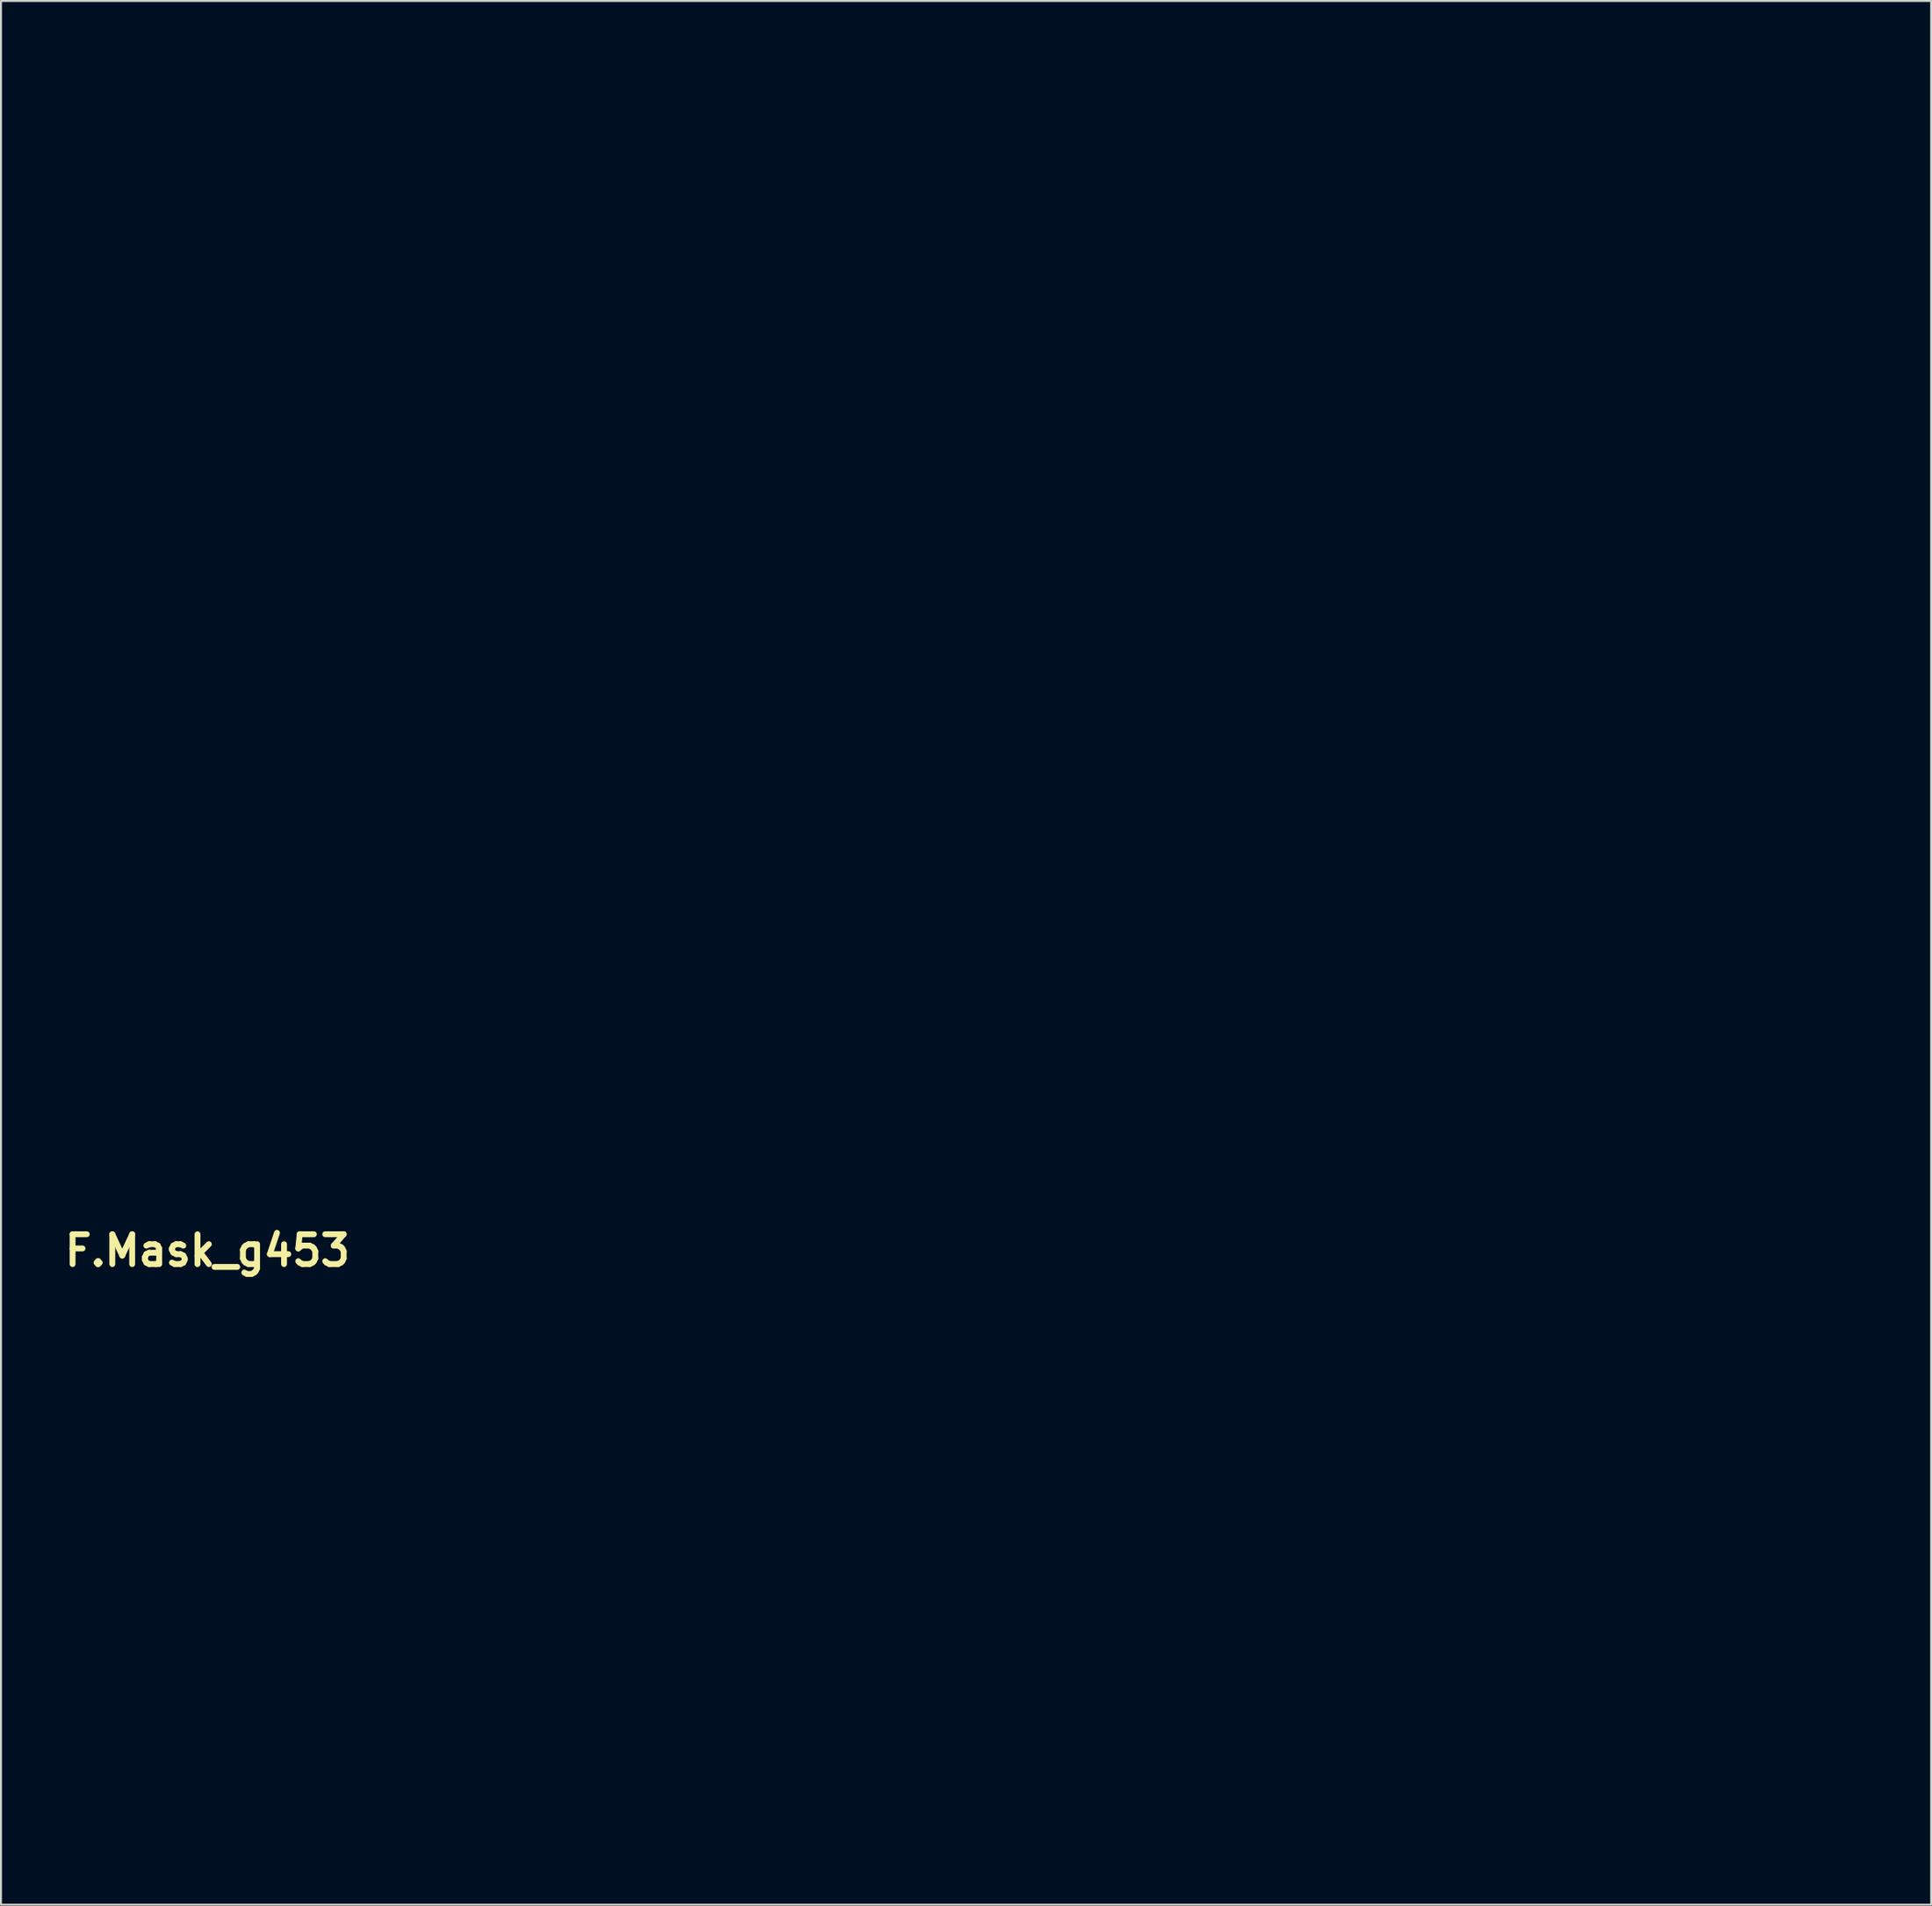
<source format=kicad_pcb>
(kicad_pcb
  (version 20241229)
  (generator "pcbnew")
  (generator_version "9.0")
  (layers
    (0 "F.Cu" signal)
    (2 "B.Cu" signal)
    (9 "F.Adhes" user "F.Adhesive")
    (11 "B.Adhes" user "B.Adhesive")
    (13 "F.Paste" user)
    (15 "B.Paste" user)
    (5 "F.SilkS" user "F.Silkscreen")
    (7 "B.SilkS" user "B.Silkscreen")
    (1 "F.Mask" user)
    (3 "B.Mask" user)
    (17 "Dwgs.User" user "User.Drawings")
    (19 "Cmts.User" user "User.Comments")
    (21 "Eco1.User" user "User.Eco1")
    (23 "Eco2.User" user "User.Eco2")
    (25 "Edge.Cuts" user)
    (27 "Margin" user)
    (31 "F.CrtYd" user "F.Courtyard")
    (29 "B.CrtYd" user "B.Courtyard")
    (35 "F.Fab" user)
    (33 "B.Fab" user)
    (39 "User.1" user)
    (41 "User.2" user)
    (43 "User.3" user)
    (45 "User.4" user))
  (footprint "F.Mask_g453"
    (layer "F.Cu")
    (at 7.555 60.888)
    (property "Reference" "F.Mask_g453" (at 0 0 0) (layer "F.SilkS") (effects (font (size 1.524 1.524) (thickness 0.3))))
    (attr through_hole)
    (fp_poly (pts (xy 70.93 -40.566) (xy 70.919 -40.555) (xy 70.908 -40.566) (xy 70.919 -40.577) (xy 70.93 -40.566)) (stroke (width 0.01) (type solid)) (fill yes) (layer "F.Mask"))
    (fp_poly (pts (xy 42.873 1.213) (xy 43.188 1.252) (xy 43.48 1.325) (xy 43.775 1.439) (xy 44.054 1.59) (xy 44.314 1.773) (xy 44.55 1.985) (xy 44.759 2.222) (xy 44.938 2.482) (xy 45.084 2.76) (xy 45.192 3.053) (xy 45.198 3.072) (xy 45.254 3.321) (xy 45.287 3.59) (xy 45.297 3.864) (xy 45.283 4.129) (xy 45.264 4.268) (xy 45.189 4.584) (xy 45.074 4.888) (xy 44.923 5.176) (xy 44.738 5.443) (xy 44.521 5.687) (xy 44.275 5.902) (xy 44.249 5.922) (xy 44.14 5.996) (xy 44.005 6.075) (xy 43.856 6.153) (xy 43.705 6.225) (xy 43.563 6.285) (xy 43.443 6.326) (xy 43.434 6.329) (xy 43.15 6.391) (xy 42.856 6.425) (xy 42.565 6.43) (xy 42.338 6.412) (xy 42.023 6.35) (xy 41.721 6.25) (xy 41.435 6.114) (xy 41.167 5.944) (xy 40.922 5.743) (xy 40.702 5.515) (xy 40.51 5.261) (xy 40.35 4.984) (xy 40.225 4.687) (xy 40.2 4.614) (xy 40.148 4.431) (xy 40.112 4.261) (xy 40.091 4.089) (xy 40.082 3.897) (xy 40.081 3.81) (xy 40.102 3.476) (xy 40.162 3.154) (xy 40.261 2.847) (xy 40.397 2.556) (xy 40.569 2.285) (xy 40.775 2.036) (xy 41.015 1.811) (xy 41.286 1.612) (xy 41.363 1.564) (xy 41.637 1.423) (xy 41.931 1.317) (xy 42.239 1.247) (xy 42.555 1.212) (xy 42.873 1.213)) (stroke (width 0.01) (type solid)) (fill yes) (layer "F.Mask"))
    (fp_poly (pts (xy 23.011 24.724) (xy 23.015 24.791) (xy 23.019 24.893) (xy 23.022 25.024) (xy 23.026 25.175) (xy 23.029 25.34) (xy 23.031 25.512) (xy 23.032 25.559) (xy 23.038 26.215) (xy 22.985 26.342) (xy 22.962 26.397) (xy 22.937 26.449) (xy 22.91 26.501) (xy 22.877 26.555) (xy 22.838 26.612) (xy 22.79 26.676) (xy 22.732 26.748) (xy 22.661 26.83) (xy 22.576 26.924) (xy 22.474 27.033) (xy 22.354 27.159) (xy 22.215 27.304) (xy 22.053 27.47) (xy 21.867 27.659) (xy 21.655 27.873) (xy 21.416 28.115) (xy 21.374 28.158) (xy 20.288 29.254) (xy 19.981 29.274) (xy 19.876 29.281) (xy 19.738 29.291) (xy 19.576 29.302) (xy 19.401 29.314) (xy 19.22 29.327) (xy 19.061 29.338) (xy 18.855 29.351) (xy 18.63 29.363) (xy 18.391 29.372) (xy 18.146 29.38) (xy 17.9 29.386) (xy 17.659 29.39) (xy 17.43 29.392) (xy 17.22 29.391) (xy 17.034 29.389) (xy 16.878 29.383) (xy 16.78 29.377) (xy 16.588 29.36) (xy 16.427 29.342) (xy 16.298 29.325) (xy 16.205 29.307) (xy 16.149 29.29) (xy 16.134 29.278) (xy 16.144 29.249) (xy 16.183 29.2) (xy 16.243 29.136) (xy 16.32 29.063) (xy 16.408 28.987) (xy 16.5 28.913) (xy 16.592 28.846) (xy 16.605 28.837) (xy 16.734 28.751) (xy 16.869 28.665) (xy 17.014 28.576) (xy 17.171 28.484) (xy 17.342 28.386) (xy 17.53 28.282) (xy 17.738 28.17) (xy 17.969 28.048) (xy 18.224 27.915) (xy 18.507 27.771) (xy 18.821 27.612) (xy 19.167 27.438) (xy 19.549 27.248) (xy 19.569 27.239) (xy 19.809 27.119) (xy 20.039 27.004) (xy 20.255 26.894) (xy 20.455 26.792) (xy 20.635 26.699) (xy 20.792 26.617) (xy 20.922 26.548) (xy 21.022 26.493) (xy 21.089 26.455) (xy 21.107 26.444) (xy 21.244 26.349) (xy 21.372 26.255) (xy 21.495 26.158) (xy 21.618 26.053) (xy 21.743 25.937) (xy 21.875 25.805) (xy 22.019 25.655) (xy 22.177 25.483) (xy 22.355 25.284) (xy 22.511 25.105) (xy 22.998 24.546) (xy 23.011 24.724)) (stroke (width 0.01) (type solid)) (fill yes) (layer "F.Mask"))
    (fp_poly (pts (xy 12.41 20.964) (xy 12.888 20.975) (xy 13.097 20.981) (xy 13.313 20.987) (xy 13.529 20.992) (xy 13.736 20.997) (xy 13.924 21.001) (xy 14.086 21.003) (xy 14.196 21.005) (xy 14.363 21.006) (xy 14.491 21.009) (xy 14.585 21.014) (xy 14.649 21.022) (xy 14.686 21.035) (xy 14.701 21.053) (xy 14.698 21.077) (xy 14.68 21.108) (xy 14.669 21.123) (xy 14.641 21.15) (xy 14.58 21.197) (xy 14.49 21.263) (xy 14.375 21.344) (xy 14.238 21.439) (xy 14.083 21.545) (xy 13.912 21.66) (xy 13.73 21.781) (xy 13.54 21.907) (xy 13.346 22.035) (xy 13.15 22.162) (xy 12.957 22.287) (xy 12.769 22.407) (xy 12.59 22.52) (xy 12.425 22.624) (xy 12.296 22.702) (xy 11.891 22.942) (xy 11.452 23.189) (xy 10.987 23.44) (xy 10.503 23.691) (xy 10.006 23.938) (xy 9.787 24.043) (xy 9.467 24.196) (xy 9.183 24.33) (xy 8.933 24.447) (xy 8.716 24.548) (xy 8.528 24.632) (xy 8.369 24.702) (xy 8.236 24.758) (xy 8.127 24.8) (xy 8.041 24.831) (xy 7.976 24.849) (xy 7.976 24.85) (xy 7.822 24.88) (xy 7.669 24.898) (xy 7.528 24.904) (xy 7.412 24.896) (xy 7.388 24.891) (xy 7.213 24.835) (xy 7.04 24.741) (xy 6.874 24.617) (xy 6.72 24.466) (xy 6.583 24.296) (xy 6.47 24.111) (xy 6.385 23.917) (xy 6.358 23.832) (xy 6.333 23.705) (xy 6.321 23.558) (xy 6.321 23.398) (xy 6.331 23.232) (xy 6.351 23.066) (xy 6.379 22.907) (xy 6.415 22.762) (xy 6.457 22.638) (xy 6.504 22.541) (xy 6.556 22.478) (xy 6.567 22.47) (xy 6.611 22.453) (xy 6.683 22.438) (xy 6.767 22.427) (xy 6.773 22.426) (xy 6.934 22.407) (xy 7.13 22.374) (xy 7.353 22.328) (xy 7.598 22.272) (xy 7.666 22.255) (xy 8.069 22.146) (xy 8.446 22.027) (xy 8.794 21.899) (xy 9.11 21.763) (xy 9.389 21.621) (xy 9.605 21.491) (xy 9.701 21.425) (xy 9.767 21.371) (xy 9.81 21.322) (xy 9.835 21.268) (xy 9.851 21.203) (xy 9.854 21.181) (xy 9.865 21.124) (xy 9.884 21.08) (xy 9.915 21.049) (xy 9.965 21.027) (xy 10.04 21.012) (xy 10.145 21.002) (xy 10.285 20.994) (xy 10.307 20.993) (xy 10.813 20.975) (xy 11.343 20.964) (xy 11.881 20.96) (xy 12.41 20.964)) (stroke (width 0.01) (type solid)) (fill yes) (layer "F.Mask"))
    (fp_poly (pts (xy 69.704 -44.791) (xy 69.824 -44.72) (xy 69.979 -44.641) (xy 70.163 -44.557) (xy 70.372 -44.47) (xy 70.598 -44.383) (xy 70.836 -44.297) (xy 71.08 -44.216) (xy 71.251 -44.164) (xy 71.567 -44.07) (xy 71.959 -44.179) (xy 72.352 -44.288) (xy 72.749 -44.178) (xy 73.145 -44.069) (xy 73.482 -44.174) (xy 73.818 -44.281) (xy 74.119 -44.386) (xy 74.384 -44.486) (xy 74.611 -44.583) (xy 74.799 -44.674) (xy 74.938 -44.754) (xy 75 -44.792) (xy 75.046 -44.819) (xy 75.067 -44.827) (xy 75.068 -44.827) (xy 75.068 -44.804) (xy 75.066 -44.749) (xy 75.06 -44.671) (xy 75.054 -44.612) (xy 75.027 -44.396) (xy 74.985 -44.175) (xy 74.932 -43.965) (xy 74.899 -43.858) (xy 74.875 -43.787) (xy 74.86 -43.734) (xy 74.855 -43.71) (xy 74.855 -43.709) (xy 74.871 -43.727) (xy 74.9 -43.774) (xy 74.936 -43.842) (xy 74.976 -43.921) (xy 75.014 -44.002) (xy 75.045 -44.075) (xy 75.059 -44.11) (xy 75.087 -44.184) (xy 75.106 -44.22) (xy 75.113 -44.218) (xy 75.11 -44.182) (xy 75.097 -44.111) (xy 75.073 -44.009) (xy 75.047 -43.909) (xy 74.943 -43.562) (xy 74.825 -43.254) (xy 74.691 -42.986) (xy 74.543 -42.756) (xy 74.381 -42.566) (xy 74.363 -42.549) (xy 74.235 -42.438) (xy 74.072 -42.316) (xy 73.877 -42.186) (xy 73.655 -42.051) (xy 73.411 -41.914) (xy 73.148 -41.776) (xy 73.004 -41.705) (xy 72.896 -41.653) (xy 72.783 -41.6) (xy 72.67 -41.547) (xy 72.564 -41.499) (xy 72.471 -41.457) (xy 72.399 -41.425) (xy 72.354 -41.407) (xy 72.341 -41.403) (xy 72.322 -41.412) (xy 72.27 -41.436) (xy 72.192 -41.473) (xy 72.094 -41.519) (xy 71.988 -41.569) (xy 71.648 -41.732) (xy 71.347 -41.886) (xy 71.081 -42.031) (xy 70.85 -42.169) (xy 70.65 -42.302) (xy 70.48 -42.431) (xy 70.337 -42.557) (xy 70.218 -42.683) (xy 70.123 -42.809) (xy 70.117 -42.818) (xy 69.986 -43.04) (xy 69.865 -43.294) (xy 69.758 -43.569) (xy 69.724 -43.677) (xy 74.824 -43.677) (xy 74.835 -43.667) (xy 74.845 -43.677) (xy 74.835 -43.688) (xy 74.824 -43.677) (xy 69.724 -43.677) (xy 69.668 -43.855) (xy 69.609 -44.098) (xy 69.595 -44.177) (xy 69.592 -44.215) (xy 69.601 -44.213) (xy 69.622 -44.17) (xy 69.654 -44.087) (xy 69.657 -44.08) (xy 69.682 -44.02) (xy 69.716 -43.946) (xy 69.755 -43.867) (xy 69.793 -43.793) (xy 69.826 -43.732) (xy 69.85 -43.695) (xy 69.857 -43.688) (xy 69.854 -43.707) (xy 69.839 -43.756) (xy 69.817 -43.829) (xy 69.803 -43.87) (xy 69.741 -44.089) (xy 69.69 -44.324) (xy 69.656 -44.552) (xy 69.646 -44.651) (xy 69.631 -44.84) (xy 69.704 -44.791)) (stroke (width 0.01) (type solid)) (fill yes) (layer "F.Mask"))
    (fp_poly (pts (xy 20.585 20.817) (xy 20.659 20.828) (xy 20.768 20.841) (xy 20.902 20.857) (xy 21.053 20.874) (xy 21.212 20.891) (xy 21.324 20.902) (xy 21.596 20.932) (xy 21.83 20.961) (xy 22.03 20.992) (xy 22.2 21.024) (xy 22.346 21.06) (xy 22.47 21.099) (xy 22.578 21.143) (xy 22.621 21.164) (xy 22.724 21.233) (xy 22.791 21.319) (xy 22.824 21.424) (xy 22.822 21.548) (xy 22.785 21.695) (xy 22.714 21.864) (xy 22.703 21.886) (xy 22.676 21.931) (xy 22.626 22.005) (xy 22.556 22.105) (xy 22.467 22.227) (xy 22.364 22.369) (xy 22.248 22.525) (xy 22.123 22.694) (xy 21.991 22.869) (xy 21.854 23.049) (xy 21.716 23.23) (xy 21.579 23.407) (xy 21.465 23.554) (xy 21.412 23.613) (xy 21.342 23.673) (xy 21.252 23.738) (xy 21.137 23.811) (xy 20.992 23.893) (xy 20.814 23.989) (xy 20.743 24.026) (xy 20.598 24.101) (xy 20.445 24.182) (xy 20.295 24.26) (xy 20.16 24.332) (xy 20.05 24.391) (xy 20.034 24.399) (xy 19.987 24.424) (xy 19.904 24.467) (xy 19.787 24.527) (xy 19.638 24.602) (xy 19.46 24.693) (xy 19.254 24.797) (xy 19.023 24.915) (xy 18.768 25.044) (xy 18.492 25.183) (xy 18.196 25.333) (xy 17.882 25.491) (xy 17.554 25.656) (xy 17.212 25.829) (xy 16.858 26.007) (xy 16.496 26.189) (xy 16.203 26.337) (xy 15.643 26.618) (xy 15.119 26.882) (xy 14.629 27.129) (xy 14.17 27.36) (xy 13.742 27.576) (xy 13.341 27.779) (xy 12.965 27.969) (xy 12.614 28.147) (xy 12.284 28.315) (xy 11.973 28.473) (xy 11.681 28.622) (xy 11.404 28.764) (xy 11.14 28.9) (xy 10.888 29.03) (xy 10.645 29.155) (xy 10.41 29.278) (xy 10.181 29.398) (xy 9.954 29.516) (xy 9.73 29.635) (xy 9.504 29.754) (xy 9.276 29.875) (xy 9.043 29.999) (xy 8.909 30.07) (xy 8.219 30.438) (xy 7.957 30.433) (xy 7.873 30.432) (xy 7.754 30.43) (xy 7.606 30.427) (xy 7.438 30.425) (xy 7.254 30.422) (xy 7.064 30.419) (xy 6.911 30.417) (xy 6.705 30.414) (xy 6.536 30.411) (xy 6.401 30.408) (xy 6.296 30.404) (xy 6.214 30.399) (xy 6.154 30.394) (xy 6.108 30.388) (xy 6.075 30.379) (xy 6.048 30.37) (xy 6.043 30.368) (xy 5.947 30.312) (xy 5.872 30.239) (xy 5.813 30.142) (xy 5.768 30.016) (xy 5.735 29.856) (xy 5.726 29.798) (xy 5.696 29.514) (xy 5.681 29.191) (xy 5.68 28.829) (xy 5.691 28.462) (xy 5.698 28.302) (xy 5.703 28.177) (xy 5.706 28.081) (xy 5.705 28.007) (xy 5.702 27.947) (xy 5.695 27.896) (xy 5.685 27.846) (xy 5.671 27.791) (xy 5.67 27.788) (xy 5.648 27.681) (xy 5.631 27.563) (xy 5.623 27.46) (xy 5.623 27.459) (xy 5.622 27.377) (xy 5.627 27.325) (xy 5.64 27.291) (xy 5.665 27.263) (xy 5.681 27.248) (xy 5.736 27.212) (xy 5.788 27.205) (xy 5.808 27.208) (xy 5.903 27.238) (xy 6.018 27.294) (xy 6.141 27.368) (xy 6.226 27.428) (xy 6.361 27.529) (xy 6.771 27.568) (xy 7.01 27.586) (xy 7.221 27.592) (xy 7.417 27.585) (xy 7.609 27.563) (xy 7.81 27.526) (xy 8.033 27.472) (xy 8.075 27.46) (xy 8.111 27.447) (xy 8.182 27.417) (xy 8.286 27.371) (xy 8.42 27.311) (xy 8.582 27.238) (xy 8.769 27.153) (xy 8.978 27.058) (xy 9.207 26.953) (xy 9.453 26.84) (xy 9.713 26.721) (xy 9.984 26.595) (xy 10.265 26.465) (xy 10.551 26.332) (xy 10.842 26.197) (xy 11.133 26.062) (xy 11.422 25.927) (xy 11.707 25.793) (xy 11.984 25.663) (xy 12.252 25.537) (xy 12.507 25.416) (xy 12.747 25.302) (xy 12.943 25.209) (xy 13.552 24.916) (xy 14.144 24.625) (xy 14.716 24.339) (xy 15.266 24.059) (xy 15.791 23.785) (xy 16.289 23.52) (xy 16.756 23.265) (xy 17.19 23.021) (xy 17.589 22.789) (xy 17.801 22.662) (xy 18.154 22.445) (xy 18.497 22.225) (xy 18.827 22.006) (xy 19.141 21.791) (xy 19.433 21.581) (xy 19.702 21.379) (xy 19.943 21.189) (xy 20.152 21.012) (xy 20.299 20.878) (xy 20.394 20.787) (xy 20.585 20.817)) (stroke (width 0.01) (type solid)) (fill yes) (layer "F.Mask"))
    (fp_poly (pts (xy 72.747 -60.876) (xy 72.96 -60.861) (xy 73.188 -60.839) (xy 73.438 -60.809) (xy 73.715 -60.772) (xy 73.978 -60.735) (xy 74.892 -60.588) (xy 75.826 -60.405) (xy 76.775 -60.19) (xy 77.736 -59.942) (xy 78.704 -59.663) (xy 79.675 -59.355) (xy 80.646 -59.018) (xy 81.614 -58.654) (xy 82.573 -58.263) (xy 83.52 -57.847) (xy 83.714 -57.758) (xy 83.88 -57.681) (xy 84.05 -57.6) (xy 84.22 -57.518) (xy 84.385 -57.438) (xy 84.54 -57.361) (xy 84.682 -57.29) (xy 84.804 -57.227) (xy 84.904 -57.174) (xy 84.976 -57.134) (xy 85.016 -57.109) (xy 85.021 -57.104) (xy 85.038 -57.062) (xy 85.055 -56.983) (xy 85.07 -56.871) (xy 85.084 -56.731) (xy 85.097 -56.568) (xy 85.108 -56.386) (xy 85.117 -56.191) (xy 85.123 -55.986) (xy 85.127 -55.777) (xy 85.128 -55.568) (xy 85.125 -55.364) (xy 85.124 -55.298) (xy 85.08 -54.413) (xy 84.994 -53.524) (xy 84.868 -52.632) (xy 84.701 -51.739) (xy 84.494 -50.845) (xy 84.247 -49.953) (xy 83.962 -49.064) (xy 83.637 -48.178) (xy 83.275 -47.297) (xy 82.875 -46.423) (xy 82.438 -45.557) (xy 81.965 -44.7) (xy 81.455 -43.854) (xy 80.91 -43.019) (xy 80.33 -42.197) (xy 80.14 -41.942) (xy 79.459 -41.069) (xy 78.738 -40.211) (xy 77.979 -39.37) (xy 77.18 -38.545) (xy 76.343 -37.736) (xy 75.467 -36.943) (xy 74.553 -36.167) (xy 73.6 -35.408) (xy 73.438 -35.283) (xy 73.22 -35.117) (xy 73.026 -34.971) (xy 72.857 -34.846) (xy 72.714 -34.743) (xy 72.6 -34.662) (xy 72.514 -34.605) (xy 72.459 -34.573) (xy 72.438 -34.565) (xy 72.413 -34.578) (xy 72.358 -34.613) (xy 72.278 -34.668) (xy 72.176 -34.74) (xy 72.056 -34.826) (xy 71.923 -34.923) (xy 71.786 -35.026) (xy 70.858 -35.741) (xy 69.97 -36.466) (xy 69.121 -37.203) (xy 68.308 -37.951) (xy 67.531 -38.713) (xy 66.787 -39.491) (xy 66.076 -40.285) (xy 65.98 -40.397) (xy 65.306 -41.21) (xy 64.668 -42.038) (xy 64.067 -42.877) (xy 63.504 -43.729) (xy 62.978 -44.591) (xy 62.49 -45.462) (xy 62.041 -46.343) (xy 61.631 -47.233) (xy 61.26 -48.129) (xy 60.928 -49.032) (xy 60.637 -49.94) (xy 60.386 -50.853) (xy 60.175 -51.77) (xy 60.006 -52.69) (xy 59.878 -53.612) (xy 59.792 -54.535) (xy 59.772 -54.853) (xy 59.762 -55.094) (xy 59.757 -55.353) (xy 59.756 -55.533) (xy 60.246 -55.533) (xy 60.247 -55.337) (xy 60.249 -55.154) (xy 60.252 -54.99) (xy 60.258 -54.853) (xy 60.259 -54.822) (xy 60.332 -53.912) (xy 60.447 -53.002) (xy 60.603 -52.092) (xy 60.802 -51.184) (xy 61.041 -50.278) (xy 61.322 -49.375) (xy 61.644 -48.477) (xy 62.006 -47.583) (xy 62.409 -46.694) (xy 62.654 -46.196) (xy 63.128 -45.302) (xy 63.639 -44.423) (xy 64.188 -43.559) (xy 64.774 -42.708) (xy 65.398 -41.87) (xy 66.061 -41.045) (xy 66.763 -40.232) (xy 67.504 -39.431) (xy 68.285 -38.641) (xy 69.106 -37.862) (xy 69.969 -37.092) (xy 70.136 -36.948) (xy 70.253 -36.849) (xy 70.388 -36.737) (xy 70.538 -36.614) (xy 70.7 -36.482) (xy 70.871 -36.344) (xy 71.048 -36.202) (xy 71.226 -36.06) (xy 71.404 -35.919) (xy 71.578 -35.783) (xy 71.744 -35.653) (xy 71.9 -35.532) (xy 72.043 -35.422) (xy 72.168 -35.327) (xy 72.274 -35.248) (xy 72.356 -35.189) (xy 72.412 -35.151) (xy 72.439 -35.137) (xy 72.439 -35.137) (xy 72.459 -35.149) (xy 72.509 -35.184) (xy 72.584 -35.238) (xy 72.68 -35.308) (xy 72.792 -35.391) (xy 72.916 -35.485) (xy 72.957 -35.516) (xy 73.904 -36.253) (xy 74.813 -37.006) (xy 75.683 -37.774) (xy 76.515 -38.557) (xy 77.308 -39.354) (xy 78.063 -40.167) (xy 78.779 -40.993) (xy 79.455 -41.834) (xy 80.093 -42.688) (xy 80.691 -43.556) (xy 81.249 -44.438) (xy 81.768 -45.333) (xy 82.247 -46.241) (xy 82.686 -47.162) (xy 83.085 -48.095) (xy 83.443 -49.041) (xy 83.472 -49.12) (xy 83.709 -49.839) (xy 83.922 -50.569) (xy 84.109 -51.305) (xy 84.269 -52.043) (xy 84.401 -52.779) (xy 84.505 -53.507) (xy 84.58 -54.223) (xy 84.626 -54.923) (xy 84.641 -55.602) (xy 84.636 -55.944) (xy 84.631 -56.105) (xy 84.626 -56.259) (xy 84.621 -56.4) (xy 84.616 -56.519) (xy 84.611 -56.61) (xy 84.607 -56.663) (xy 84.593 -56.801) (xy 84.296 -56.953) (xy 83.932 -57.135) (xy 83.531 -57.324) (xy 83.102 -57.519) (xy 82.647 -57.717) (xy 82.175 -57.916) (xy 81.69 -58.113) (xy 81.197 -58.306) (xy 80.704 -58.493) (xy 80.214 -58.671) (xy 79.735 -58.839) (xy 79.386 -58.956) (xy 78.474 -59.243) (xy 77.569 -59.502) (xy 76.675 -59.733) (xy 75.795 -59.934) (xy 74.93 -60.106) (xy 74.086 -60.247) (xy 73.265 -60.357) (xy 72.847 -60.402) (xy 72.719 -60.413) (xy 72.601 -60.421) (xy 72.486 -60.425) (xy 72.369 -60.424) (xy 72.244 -60.419) (xy 72.105 -60.41) (xy 71.946 -60.395) (xy 71.761 -60.374) (xy 71.545 -60.348) (xy 71.369 -60.325) (xy 70.517 -60.201) (xy 69.643 -60.045) (xy 68.752 -59.857) (xy 67.848 -59.64) (xy 66.935 -59.394) (xy 66.017 -59.121) (xy 65.099 -58.822) (xy 64.184 -58.498) (xy 63.276 -58.151) (xy 62.381 -57.783) (xy 61.501 -57.393) (xy 60.682 -57.004) (xy 60.288 -56.811) (xy 60.275 -56.689) (xy 60.267 -56.596) (xy 60.261 -56.467) (xy 60.256 -56.31) (xy 60.251 -56.131) (xy 60.248 -55.937) (xy 60.246 -55.736) (xy 60.246 -55.533) (xy 59.756 -55.533) (xy 59.756 -55.623) (xy 59.759 -55.896) (xy 59.767 -56.164) (xy 59.778 -56.42) (xy 59.793 -56.655) (xy 59.811 -56.863) (xy 59.83 -57.019) (xy 59.843 -57.11) (xy 60.365 -57.371) (xy 61.18 -57.764) (xy 62.021 -58.141) (xy 62.882 -58.501) (xy 63.759 -58.843) (xy 64.646 -59.164) (xy 65.54 -59.463) (xy 66.436 -59.739) (xy 67.328 -59.99) (xy 68.213 -60.215) (xy 69.085 -60.412) (xy 69.939 -60.579) (xy 70.772 -60.716) (xy 70.834 -60.725) (xy 71.153 -60.77) (xy 71.436 -60.808) (xy 71.69 -60.838) (xy 71.922 -60.86) (xy 72.137 -60.876) (xy 72.342 -60.883) (xy 72.543 -60.883) (xy 72.747 -60.876)) (stroke (width 0.01) (type solid)) (fill yes) (layer "F.Mask"))
    (fp_poly (pts (xy 75.39 -55.864) (xy 75.442 -55.815) (xy 75.517 -55.734) (xy 75.583 -55.661) (xy 75.833 -55.362) (xy 76.041 -55.069) (xy 76.207 -54.783) (xy 76.332 -54.504) (xy 76.415 -54.231) (xy 76.435 -54.131) (xy 76.444 -54.047) (xy 76.45 -53.934) (xy 76.451 -53.808) (xy 76.449 -53.725) (xy 76.442 -53.591) (xy 76.431 -53.486) (xy 76.414 -53.394) (xy 76.389 -53.301) (xy 76.381 -53.276) (xy 76.286 -53.038) (xy 76.157 -52.801) (xy 76.002 -52.58) (xy 75.902 -52.462) (xy 75.824 -52.377) (xy 76.066 -52.112) (xy 76.427 -51.692) (xy 76.747 -51.262) (xy 77.027 -50.821) (xy 77.267 -50.369) (xy 77.47 -49.902) (xy 77.635 -49.419) (xy 77.763 -48.918) (xy 77.85 -48.433) (xy 77.869 -48.282) (xy 77.887 -48.099) (xy 77.902 -47.893) (xy 77.916 -47.674) (xy 77.926 -47.452) (xy 77.933 -47.236) (xy 77.935 -47.037) (xy 77.935 -47.032) (xy 77.936 -46.918) (xy 77.94 -46.833) (xy 77.949 -46.763) (xy 77.965 -46.696) (xy 77.99 -46.617) (xy 78.012 -46.556) (xy 78.174 -46.067) (xy 78.3 -45.595) (xy 78.394 -45.135) (xy 78.454 -44.681) (xy 78.482 -44.228) (xy 78.485 -44.027) (xy 78.481 -43.767) (xy 78.47 -43.54) (xy 78.448 -43.339) (xy 78.416 -43.156) (xy 78.37 -42.982) (xy 78.31 -42.809) (xy 78.234 -42.629) (xy 78.177 -42.508) (xy 78.116 -42.376) (xy 78.057 -42.235) (xy 78.008 -42.103) (xy 77.978 -42.008) (xy 77.831 -41.56) (xy 77.651 -41.137) (xy 77.437 -40.739) (xy 77.188 -40.365) (xy 76.904 -40.014) (xy 76.751 -39.849) (xy 76.498 -39.603) (xy 76.232 -39.375) (xy 75.947 -39.161) (xy 75.639 -38.956) (xy 75.301 -38.757) (xy 74.928 -38.56) (xy 74.814 -38.503) (xy 74.543 -38.371) (xy 74.308 -38.256) (xy 74.105 -38.155) (xy 73.931 -38.069) (xy 73.782 -37.995) (xy 73.656 -37.931) (xy 73.55 -37.876) (xy 73.46 -37.828) (xy 73.383 -37.786) (xy 73.317 -37.749) (xy 73.258 -37.713) (xy 73.203 -37.679) (xy 73.149 -37.644) (xy 73.134 -37.634) (xy 72.908 -37.471) (xy 72.72 -37.305) (xy 72.571 -37.137) (xy 72.461 -36.97) (xy 72.392 -36.804) (xy 72.372 -36.712) (xy 72.355 -36.608) (xy 72.328 -36.735) (xy 72.284 -36.881) (xy 72.215 -37.019) (xy 72.116 -37.156) (xy 71.988 -37.296) (xy 71.871 -37.406) (xy 71.743 -37.511) (xy 71.6 -37.615) (xy 71.437 -37.721) (xy 71.251 -37.83) (xy 71.037 -37.945) (xy 70.79 -38.069) (xy 70.549 -38.186) (xy 70.274 -38.316) (xy 70.034 -38.433) (xy 69.823 -38.537) (xy 69.637 -38.632) (xy 69.472 -38.72) (xy 69.321 -38.804) (xy 69.181 -38.885) (xy 69.047 -38.968) (xy 68.915 -39.053) (xy 68.887 -39.071) (xy 68.495 -39.354) (xy 68.139 -39.659) (xy 67.819 -39.987) (xy 67.533 -40.34) (xy 67.424 -40.503) (xy 70.972 -40.503) (xy 70.988 -40.488) (xy 71.032 -40.45) (xy 71.103 -40.391) (xy 71.194 -40.315) (xy 71.304 -40.224) (xy 71.428 -40.121) (xy 71.547 -40.023) (xy 71.755 -39.854) (xy 71.932 -39.713) (xy 72.078 -39.601) (xy 72.194 -39.518) (xy 72.28 -39.463) (xy 72.335 -39.436) (xy 72.342 -39.434) (xy 72.345 -39.453) (xy 72.347 -39.503) (xy 72.348 -39.559) (xy 72.348 -39.684) (xy 72.081 -39.825) (xy 71.787 -39.987) (xy 71.51 -40.152) (xy 71.23 -40.334) (xy 71.199 -40.355) (xy 71.115 -40.412) (xy 71.044 -40.458) (xy 70.995 -40.49) (xy 70.972 -40.503) (xy 70.972 -40.503) (xy 67.424 -40.503) (xy 67.281 -40.717) (xy 67.064 -41.118) (xy 66.88 -41.545) (xy 66.738 -41.969) (xy 66.664 -42.19) (xy 66.571 -42.417) (xy 66.518 -42.53) (xy 66.436 -42.705) (xy 66.37 -42.868) (xy 66.319 -43.028) (xy 66.28 -43.19) (xy 66.252 -43.365) (xy 66.234 -43.558) (xy 66.224 -43.778) (xy 66.221 -44.027) (xy 66.225 -44.192) (xy 69.029 -44.192) (xy 69.03 -44.049) (xy 69.034 -43.921) (xy 69.04 -43.818) (xy 69.044 -43.782) (xy 69.117 -43.352) (xy 69.232 -42.932) (xy 69.387 -42.521) (xy 69.584 -42.119) (xy 69.822 -41.725) (xy 70.029 -41.434) (xy 70.158 -41.269) (xy 70.28 -41.13) (xy 70.405 -41.003) (xy 70.546 -40.876) (xy 70.676 -40.768) (xy 70.757 -40.702) (xy 70.824 -40.644) (xy 70.871 -40.601) (xy 70.893 -40.577) (xy 70.893 -40.575) (xy 70.904 -40.551) (xy 70.924 -40.531) (xy 70.948 -40.513) (xy 70.946 -40.524) (xy 70.941 -40.532) (xy 70.934 -40.546) (xy 70.935 -40.552) (xy 70.95 -40.546) (xy 70.983 -40.528) (xy 71.037 -40.493) (xy 71.117 -40.44) (xy 71.228 -40.366) (xy 71.247 -40.352) (xy 71.634 -40.105) (xy 72.013 -39.889) (xy 72.17 -39.808) (xy 72.363 -39.711) (xy 72.657 -39.87) (xy 72.816 -39.957) (xy 72.949 -40.031) (xy 73.064 -40.099) (xy 73.174 -40.166) (xy 73.288 -40.238) (xy 73.416 -40.323) (xy 73.424 -40.328) (xy 73.508 -40.383) (xy 73.578 -40.427) (xy 73.628 -40.456) (xy 73.651 -40.465) (xy 73.652 -40.465) (xy 73.641 -40.448) (xy 73.598 -40.414) (xy 73.528 -40.365) (xy 73.436 -40.304) (xy 73.326 -40.235) (xy 73.204 -40.16) (xy 73.075 -40.082) (xy 72.943 -40.005) (xy 72.814 -39.931) (xy 72.692 -39.863) (xy 72.583 -39.805) (xy 72.512 -39.769) (xy 72.369 -39.7) (xy 72.369 -39.433) (xy 72.459 -39.478) (xy 72.496 -39.503) (xy 72.562 -39.55) (xy 72.651 -39.618) (xy 72.759 -39.702) (xy 72.882 -39.8) (xy 73.014 -39.907) (xy 73.116 -39.989) (xy 73.248 -40.098) (xy 73.369 -40.199) (xy 73.474 -40.288) (xy 73.561 -40.362) (xy 73.573 -40.373) (xy 74.479 -40.373) (xy 74.484 -40.366) (xy 74.505 -40.372) (xy 74.526 -40.38) (xy 74.592 -40.419) (xy 74.681 -40.491) (xy 74.788 -40.596) (xy 74.798 -40.606) (xy 75.084 -40.927) (xy 75.343 -41.269) (xy 75.578 -41.637) (xy 75.778 -42.005) (xy 75.971 -42.432) (xy 76.123 -42.863) (xy 76.232 -43.297) (xy 76.3 -43.737) (xy 76.326 -44.182) (xy 76.326 -44.253) (xy 76.326 -44.371) (xy 76.323 -44.454) (xy 76.318 -44.511) (xy 76.31 -44.55) (xy 76.296 -44.579) (xy 76.276 -44.606) (xy 76.273 -44.609) (xy 76.221 -44.672) (xy 76.221 -44.287) (xy 76.207 -43.869) (xy 76.162 -43.471) (xy 76.084 -43.086) (xy 75.973 -42.707) (xy 75.826 -42.326) (xy 75.67 -41.991) (xy 75.435 -41.568) (xy 75.165 -41.168) (xy 74.864 -40.794) (xy 74.68 -40.593) (xy 74.591 -40.502) (xy 74.53 -40.437) (xy 74.494 -40.396) (xy 74.479 -40.373) (xy 73.573 -40.373) (xy 73.625 -40.419) (xy 73.663 -40.454) (xy 73.672 -40.466) (xy 73.673 -40.489) (xy 73.695 -40.517) (xy 73.724 -40.534) (xy 73.729 -40.534) (xy 73.734 -40.521) (xy 73.721 -40.497) (xy 73.703 -40.472) (xy 73.713 -40.477) (xy 73.729 -40.489) (xy 73.754 -40.518) (xy 73.755 -40.534) (xy 73.759 -40.559) (xy 73.787 -40.582) (xy 73.82 -40.589) (xy 73.832 -40.586) (xy 73.847 -40.582) (xy 73.843 -40.592) (xy 73.852 -40.615) (xy 73.888 -40.653) (xy 73.944 -40.7) (xy 73.95 -40.705) (xy 74.178 -40.891) (xy 74.389 -41.095) (xy 74.588 -41.321) (xy 74.783 -41.579) (xy 74.9 -41.751) (xy 75.135 -42.142) (xy 75.327 -42.538) (xy 75.478 -42.94) (xy 75.588 -43.349) (xy 75.656 -43.765) (xy 75.683 -44.189) (xy 75.67 -44.62) (xy 75.644 -44.969) (xy 75.511 -45.127) (xy 75.326 -45.335) (xy 75.106 -45.555) (xy 74.859 -45.781) (xy 74.589 -46.009) (xy 74.302 -46.235) (xy 74.003 -46.454) (xy 73.787 -46.602) (xy 73.671 -46.679) (xy 73.539 -46.763) (xy 73.396 -46.853) (xy 73.246 -46.945) (xy 73.094 -47.037) (xy 72.944 -47.127) (xy 72.801 -47.212) (xy 72.669 -47.289) (xy 72.552 -47.355) (xy 72.456 -47.409) (xy 72.418 -47.428) (xy 73.624 -47.428) (xy 73.629 -47.421) (xy 73.658 -47.4) (xy 73.713 -47.363) (xy 73.799 -47.308) (xy 73.872 -47.261) (xy 74.312 -46.964) (xy 74.729 -46.653) (xy 75.117 -46.332) (xy 75.469 -46.007) (xy 75.513 -45.964) (xy 75.8 -45.663) (xy 76.049 -45.371) (xy 76.261 -45.084) (xy 76.44 -44.8) (xy 76.588 -44.514) (xy 76.666 -44.334) (xy 76.709 -44.23) (xy 76.76 -44.111) (xy 76.81 -44.002) (xy 76.816 -43.991) (xy 76.852 -43.912) (xy 76.881 -43.845) (xy 76.897 -43.801) (xy 76.898 -43.792) (xy 76.905 -43.775) (xy 76.91 -43.777) (xy 76.912 -43.802) (xy 76.904 -43.856) (xy 76.89 -43.924) (xy 76.804 -44.214) (xy 76.677 -44.512) (xy 76.512 -44.815) (xy 76.311 -45.122) (xy 76.074 -45.431) (xy 75.804 -45.739) (xy 75.502 -46.045) (xy 75.169 -46.347) (xy 74.807 -46.643) (xy 74.687 -46.735) (xy 74.589 -46.807) (xy 74.476 -46.888) (xy 74.351 -46.974) (xy 74.222 -47.063) (xy 74.094 -47.149) (xy 73.973 -47.229) (xy 73.863 -47.3) (xy 73.772 -47.357) (xy 73.705 -47.396) (xy 73.67 -47.413) (xy 73.639 -47.425) (xy 73.624 -47.428) (xy 72.418 -47.428) (xy 72.384 -47.446) (xy 72.341 -47.465) (xy 72.331 -47.467) (xy 72.298 -47.45) (xy 72.234 -47.414) (xy 72.145 -47.361) (xy 72.034 -47.294) (xy 71.908 -47.218) (xy 71.77 -47.134) (xy 71.626 -47.045) (xy 71.481 -46.956) (xy 71.34 -46.868) (xy 71.208 -46.785) (xy 71.09 -46.709) (xy 70.99 -46.645) (xy 70.951 -46.619) (xy 70.572 -46.359) (xy 70.23 -46.103) (xy 69.919 -45.847) (xy 69.633 -45.587) (xy 69.532 -45.488) (xy 69.391 -45.344) (xy 69.279 -45.225) (xy 69.193 -45.128) (xy 69.131 -45.048) (xy 69.089 -44.984) (xy 69.067 -44.931) (xy 69.064 -44.922) (xy 69.054 -44.857) (xy 69.045 -44.759) (xy 69.038 -44.635) (xy 69.033 -44.494) (xy 69.03 -44.343) (xy 69.029 -44.192) (xy 66.225 -44.192) (xy 66.231 -44.411) (xy 66.261 -44.785) (xy 66.313 -45.156) (xy 66.389 -45.533) (xy 66.491 -45.925) (xy 66.619 -46.339) (xy 66.633 -46.381) (xy 66.759 -46.757) (xy 66.78 -47.387) (xy 66.786 -47.557) (xy 66.793 -47.724) (xy 66.801 -47.879) (xy 66.808 -48.015) (xy 66.816 -48.125) (xy 66.822 -48.2) (xy 66.823 -48.207) (xy 66.904 -48.735) (xy 67.024 -49.251) (xy 67.181 -49.752) (xy 67.33 -50.133) (xy 67.515 -50.524) (xy 67.736 -50.916) (xy 67.988 -51.303) (xy 68.264 -51.675) (xy 68.559 -52.025) (xy 68.675 -52.15) (xy 68.88 -52.366) (xy 68.781 -52.477) (xy 68.621 -52.679) (xy 68.481 -52.904) (xy 68.369 -53.139) (xy 68.288 -53.375) (xy 68.269 -53.456) (xy 68.249 -53.603) (xy 68.243 -53.775) (xy 68.25 -53.958) (xy 68.27 -54.138) (xy 68.302 -54.3) (xy 68.314 -54.345) (xy 68.42 -54.632) (xy 68.565 -54.921) (xy 68.75 -55.21) (xy 68.965 -55.488) (xy 69.041 -55.576) (xy 69.117 -55.661) (xy 69.19 -55.738) (xy 69.253 -55.803) (xy 69.303 -55.85) (xy 69.334 -55.874) (xy 69.342 -55.873) (xy 69.333 -55.847) (xy 69.31 -55.796) (xy 69.291 -55.758) (xy 69.263 -55.695) (xy 69.227 -55.605) (xy 69.189 -55.503) (xy 69.166 -55.435) (xy 69.073 -55.108) (xy 69.02 -54.791) (xy 69.007 -54.486) (xy 69.033 -54.193) (xy 69.099 -53.913) (xy 69.204 -53.648) (xy 69.301 -53.472) (xy 69.381 -53.355) (xy 69.481 -53.228) (xy 69.593 -53.103) (xy 69.705 -52.991) (xy 69.808 -52.901) (xy 69.828 -52.886) (xy 69.93 -52.811) (xy 70.42 -52.811) (xy 70.627 -52.944) (xy 70.92 -53.125) (xy 71.227 -53.299) (xy 71.538 -53.461) (xy 71.842 -53.606) (xy 72.128 -53.727) (xy 72.141 -53.732) (xy 72.347 -53.812) (xy 72.543 -53.74) (xy 72.657 -53.695) (xy 72.799 -53.631) (xy 72.963 -53.554) (xy 73.141 -53.466) (xy 73.325 -53.373) (xy 73.508 -53.276) (xy 73.682 -53.182) (xy 73.839 -53.092) (xy 73.973 -53.012) (xy 73.981 -53.006) (xy 74.292 -52.811) (xy 74.78 -52.811) (xy 74.902 -52.914) (xy 75.132 -53.13) (xy 75.322 -53.36) (xy 75.472 -53.604) (xy 75.582 -53.864) (xy 75.654 -54.14) (xy 75.686 -54.432) (xy 75.685 -54.672) (xy 75.658 -54.924) (xy 75.607 -55.183) (xy 75.535 -55.435) (xy 75.447 -55.667) (xy 75.404 -55.758) (xy 75.37 -55.828) (xy 75.356 -55.87) (xy 75.362 -55.882) (xy 75.39 -55.864)) (stroke (width 0.01) (type solid)) (fill yes) (layer "F.Mask")))
  (gr_rect
    (start -3 -3)
    (end 95.687 94.331)
    (stroke (width 0.1) (type default))
    (fill no)
    (layer "Edge.Cuts")))
</source>
